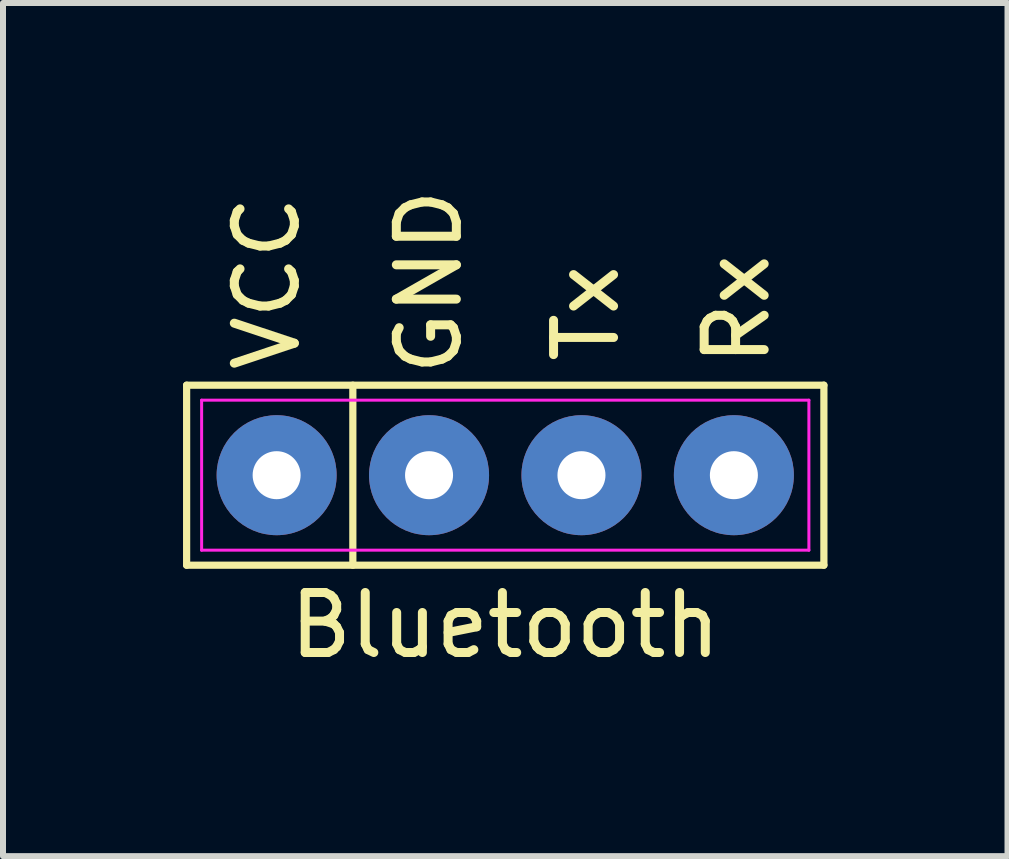
<source format=kicad_pcb>
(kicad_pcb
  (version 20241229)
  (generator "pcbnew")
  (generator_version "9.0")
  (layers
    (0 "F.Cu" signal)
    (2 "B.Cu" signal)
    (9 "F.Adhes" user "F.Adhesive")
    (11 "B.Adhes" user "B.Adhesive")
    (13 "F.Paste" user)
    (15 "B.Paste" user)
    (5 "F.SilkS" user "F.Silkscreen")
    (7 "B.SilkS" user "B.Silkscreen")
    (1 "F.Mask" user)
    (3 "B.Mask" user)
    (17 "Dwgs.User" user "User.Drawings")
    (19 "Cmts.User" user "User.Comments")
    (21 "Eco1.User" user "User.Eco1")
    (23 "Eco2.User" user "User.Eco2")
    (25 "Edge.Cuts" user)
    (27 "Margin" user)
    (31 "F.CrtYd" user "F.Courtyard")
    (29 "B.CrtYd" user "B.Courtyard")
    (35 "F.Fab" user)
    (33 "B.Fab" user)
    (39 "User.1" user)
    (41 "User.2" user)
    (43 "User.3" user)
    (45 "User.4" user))
  (footprint "Bluetooth"
    (layer "F.Cu")
    (at 5.37 4.869)
    (property "Reference" "Bluetooth" (at 0 2.5 0) (layer "F.SilkS") (effects (font (size 1 1) (thickness 0.15))))
    (attr through_hole)
    (fp_line (start -5.31 -1.5) (end 5.31 -1.5) (stroke (width 0.12) (type solid)) (layer "F.SilkS"))
    (fp_line (start -5.31 1.5) (end -5.31 -1.5) (stroke (width 0.12) (type solid)) (layer "F.SilkS"))
    (fp_line (start -2.54 -1.5) (end -2.54 1.5) (stroke (width 0.12) (type solid)) (layer "F.SilkS"))
    (fp_line (start 5.31 -1.5) (end 5.31 1.5) (stroke (width 0.12) (type solid)) (layer "F.SilkS"))
    (fp_line (start 5.31 1.5) (end -5.31 1.5) (stroke (width 0.12) (type solid)) (layer "F.SilkS"))
    (fp_line (start -5.06 -1.25) (end 5.06 -1.25) (stroke (width 0.05) (type solid)) (layer "F.CrtYd"))
    (fp_line (start -5.06 1.25) (end -5.06 -1.25) (stroke (width 0.05) (type solid)) (layer "F.CrtYd"))
    (fp_line (start 5.06 -1.25) (end 5.06 1.25) (stroke (width 0.05) (type solid)) (layer "F.CrtYd"))
    (fp_line (start 5.06 1.25) (end -5.06 1.25) (stroke (width 0.05) (type solid)) (layer "F.CrtYd"))
    (fp_text user "Tx" (at 1.35 -2.7 90) (layer "F.SilkS") (effects (font (size 1 1) (thickness 0.15))))
    (fp_text user "VCC" (at -3.97 -3.2 90) (layer "F.SilkS") (effects (font (size 1 1) (thickness 0.15))))
    (fp_text user "GND" (at -1.27 -3.22 90) (layer "F.SilkS") (effects (font (size 1 1) (thickness 0.15))))
    (fp_text user "Rx" (at 3.86 -2.76 90) (layer "F.SilkS") (effects (font (size 1 1) (thickness 0.15))))
    (pad "1" thru_hole circle (at -3.81 0) (size 2 2) (drill 0.8) (layers "*.Cu" "*.Mask"))
    (pad "2" thru_hole circle (at -1.27 0) (size 2 2) (drill 0.8) (layers "*.Cu" "*.Mask"))
    (pad "3" thru_hole circle (at 1.27 0) (size 2 2) (drill 0.8) (layers "*.Cu" "*.Mask"))
    (pad "4" thru_hole circle (at 3.81 0) (size 2 2) (drill 0.8) (layers "*.Cu" "*.Mask")))
  (gr_rect
    (start -3 -3)
    (end 13.74 11.217)
    (stroke (width 0.1) (type default))
    (fill no)
    (layer "Edge.Cuts")))
</source>
